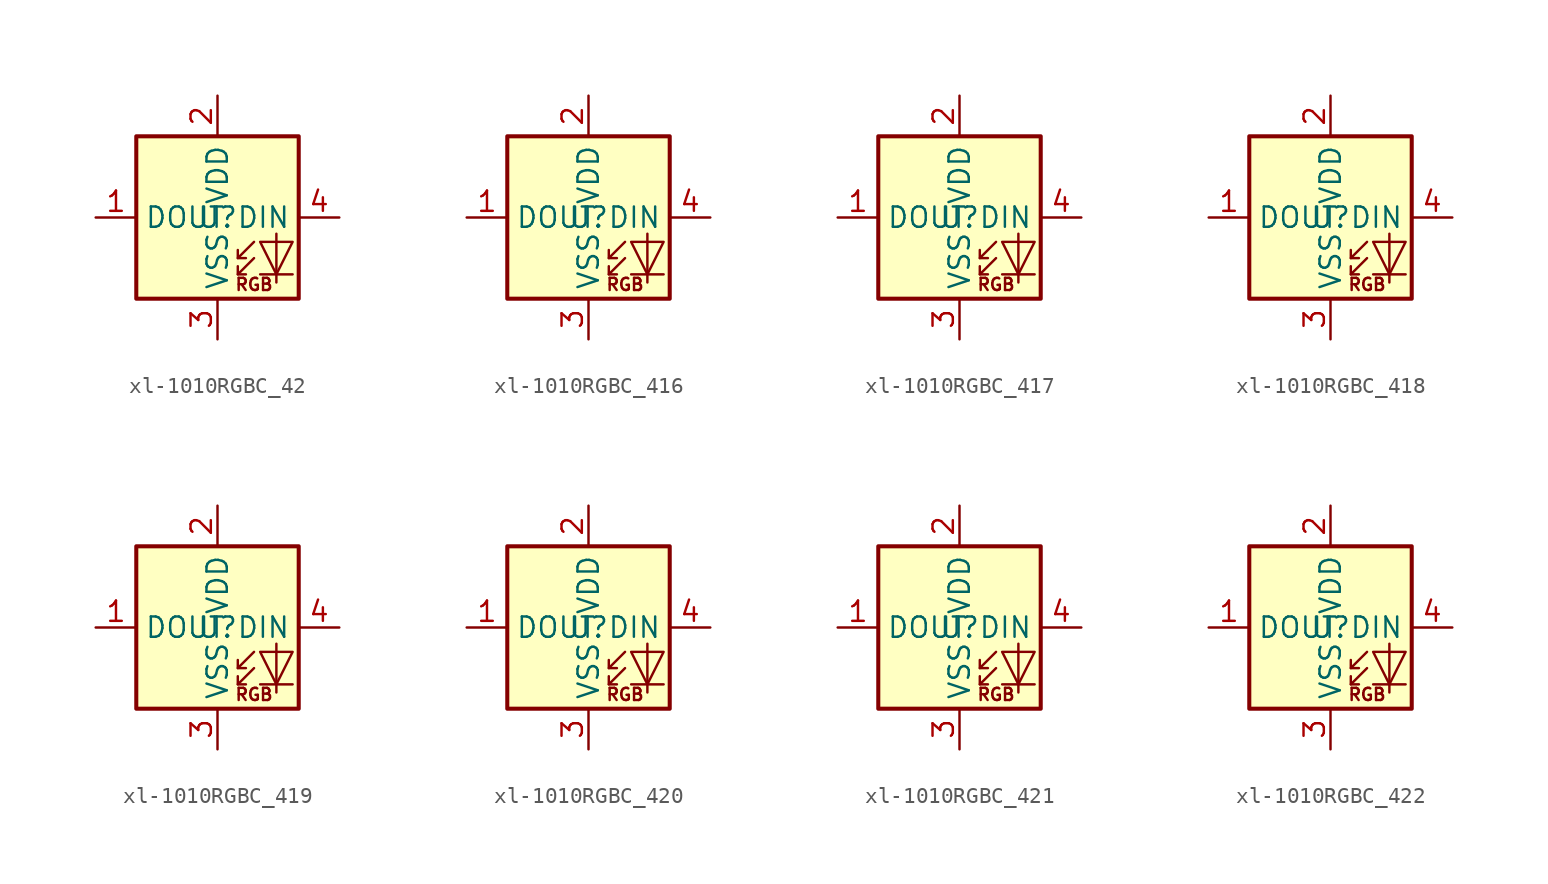
<source format=kicad_sym>
(kicad_symbol_lib
  (version 20231120)
  (generator "kicad_symbol_editor")
  (generator_version "8.0")
  (symbol "xl-1010RGBC_42"
    (property "Reference" "U"
      (at 0 0 0)
      (effects (font (size 1.27 1.27))))
    (property "Value" ""
      (at 0 0 0)
      (effects (font (size 1.27 1.27))))
    (symbol "xl-1010RGBC_42_0_0"
      (text "RGB" (at 2.286 -4.191 0) (effects (font (size 0.762 0.762)))))
    (symbol "xl-1010RGBC_42_0_1"
      (polyline (pts (xy 1.27 -3.556) (xy 1.778 -3.556)) (stroke (width 0) (type default)) (fill (type none)))
      (polyline (pts (xy 1.27 -2.54) (xy 1.778 -2.54)) (stroke (width 0) (type default)) (fill (type none)))
      (polyline (pts (xy 4.699 -3.556) (xy 2.667 -3.556)) (stroke (width 0) (type default)) (fill (type none)))
      (polyline (pts (xy 2.286 -2.54) (xy 1.27 -3.556) (xy 1.27 -3.048)) (stroke (width 0) (type default)) (fill (type none)))
      (polyline (pts (xy 2.286 -1.524) (xy 1.27 -2.54) (xy 1.27 -2.032)) (stroke (width 0) (type default)) (fill (type none)))
      (polyline (pts (xy 3.683 -1.016) (xy 3.683 -3.556) (xy 3.683 -4.064)) (stroke (width 0) (type default)) (fill (type none)))
      (polyline (pts (xy 4.699 -1.524) (xy 2.667 -1.524) (xy 3.683 -3.556) (xy 4.699 -1.524)) (stroke (width 0) (type default)) (fill (type none)))
      (rectangle (start 5.08 5.08) (end -5.08 -5.08) (stroke (width 0.254) (type default)) (fill (type background))))
    (symbol "xl-1010RGBC_42_1_1"
      (pin output line (at -7.62 0 0) (length 2.54) (name "DOUT" (effects (font (size 1.27 1.27)))) (number "1" (effects (font (size 1.27 1.27)))))
      (pin power_in line (at 0 7.62 270) (length 2.54) (name "VDD" (effects (font (size 1.27 1.27)))) (number "2" (effects (font (size 1.27 1.27)))))
      (pin power_in line (at 0 -7.62 90) (length 2.54) (name "VSS" (effects (font (size 1.27 1.27)))) (number "3" (effects (font (size 1.27 1.27)))))
      (pin input line (at 7.62 0 180) (length 2.54) (name "DIN" (effects (font (size 1.27 1.27)))) (number "4" (effects (font (size 1.27 1.27)))))))
  (symbol "xl-1010RGBC_416"
    (property "Reference" "U"
      (at 0 0 0)
      (effects (font (size 1.27 1.27))))
    (property "Value" ""
      (at 0 0 0)
      (effects (font (size 1.27 1.27))))
    (symbol "xl-1010RGBC_416_0_0"
      (text "RGB" (at 2.286 -4.191 0) (effects (font (size 0.762 0.762)))))
    (symbol "xl-1010RGBC_416_0_1"
      (polyline (pts (xy 1.27 -3.556) (xy 1.778 -3.556)) (stroke (width 0) (type default)) (fill (type none)))
      (polyline (pts (xy 1.27 -2.54) (xy 1.778 -2.54)) (stroke (width 0) (type default)) (fill (type none)))
      (polyline (pts (xy 4.699 -3.556) (xy 2.667 -3.556)) (stroke (width 0) (type default)) (fill (type none)))
      (polyline (pts (xy 2.286 -2.54) (xy 1.27 -3.556) (xy 1.27 -3.048)) (stroke (width 0) (type default)) (fill (type none)))
      (polyline (pts (xy 2.286 -1.524) (xy 1.27 -2.54) (xy 1.27 -2.032)) (stroke (width 0) (type default)) (fill (type none)))
      (polyline (pts (xy 3.683 -1.016) (xy 3.683 -3.556) (xy 3.683 -4.064)) (stroke (width 0) (type default)) (fill (type none)))
      (polyline (pts (xy 4.699 -1.524) (xy 2.667 -1.524) (xy 3.683 -3.556) (xy 4.699 -1.524)) (stroke (width 0) (type default)) (fill (type none)))
      (rectangle (start 5.08 5.08) (end -5.08 -5.08) (stroke (width 0.254) (type default)) (fill (type background))))
    (symbol "xl-1010RGBC_416_1_1"
      (pin output line (at -7.62 0 0) (length 2.54) (name "DOUT" (effects (font (size 1.27 1.27)))) (number "1" (effects (font (size 1.27 1.27)))))
      (pin power_in line (at 0 7.62 270) (length 2.54) (name "VDD" (effects (font (size 1.27 1.27)))) (number "2" (effects (font (size 1.27 1.27)))))
      (pin power_in line (at 0 -7.62 90) (length 2.54) (name "VSS" (effects (font (size 1.27 1.27)))) (number "3" (effects (font (size 1.27 1.27)))))
      (pin input line (at 7.62 0 180) (length 2.54) (name "DIN" (effects (font (size 1.27 1.27)))) (number "4" (effects (font (size 1.27 1.27)))))))
  (symbol "xl-1010RGBC_417"
    (property "Reference" "U"
      (at 0 0 0)
      (effects (font (size 1.27 1.27))))
    (property "Value" ""
      (at 0 0 0)
      (effects (font (size 1.27 1.27))))
    (symbol "xl-1010RGBC_417_0_0"
      (text "RGB" (at 2.286 -4.191 0) (effects (font (size 0.762 0.762)))))
    (symbol "xl-1010RGBC_417_0_1"
      (polyline (pts (xy 1.27 -3.556) (xy 1.778 -3.556)) (stroke (width 0) (type default)) (fill (type none)))
      (polyline (pts (xy 1.27 -2.54) (xy 1.778 -2.54)) (stroke (width 0) (type default)) (fill (type none)))
      (polyline (pts (xy 4.699 -3.556) (xy 2.667 -3.556)) (stroke (width 0) (type default)) (fill (type none)))
      (polyline (pts (xy 2.286 -2.54) (xy 1.27 -3.556) (xy 1.27 -3.048)) (stroke (width 0) (type default)) (fill (type none)))
      (polyline (pts (xy 2.286 -1.524) (xy 1.27 -2.54) (xy 1.27 -2.032)) (stroke (width 0) (type default)) (fill (type none)))
      (polyline (pts (xy 3.683 -1.016) (xy 3.683 -3.556) (xy 3.683 -4.064)) (stroke (width 0) (type default)) (fill (type none)))
      (polyline (pts (xy 4.699 -1.524) (xy 2.667 -1.524) (xy 3.683 -3.556) (xy 4.699 -1.524)) (stroke (width 0) (type default)) (fill (type none)))
      (rectangle (start 5.08 5.08) (end -5.08 -5.08) (stroke (width 0.254) (type default)) (fill (type background))))
    (symbol "xl-1010RGBC_417_1_1"
      (pin output line (at -7.62 0 0) (length 2.54) (name "DOUT" (effects (font (size 1.27 1.27)))) (number "1" (effects (font (size 1.27 1.27)))))
      (pin power_in line (at 0 7.62 270) (length 2.54) (name "VDD" (effects (font (size 1.27 1.27)))) (number "2" (effects (font (size 1.27 1.27)))))
      (pin power_in line (at 0 -7.62 90) (length 2.54) (name "VSS" (effects (font (size 1.27 1.27)))) (number "3" (effects (font (size 1.27 1.27)))))
      (pin input line (at 7.62 0 180) (length 2.54) (name "DIN" (effects (font (size 1.27 1.27)))) (number "4" (effects (font (size 1.27 1.27)))))))
  (symbol "xl-1010RGBC_418"
    (property "Reference" "U"
      (at 0 0 0)
      (effects (font (size 1.27 1.27))))
    (property "Value" ""
      (at 0 0 0)
      (effects (font (size 1.27 1.27))))
    (symbol "xl-1010RGBC_418_0_0"
      (text "RGB" (at 2.286 -4.191 0) (effects (font (size 0.762 0.762)))))
    (symbol "xl-1010RGBC_418_0_1"
      (polyline (pts (xy 1.27 -3.556) (xy 1.778 -3.556)) (stroke (width 0) (type default)) (fill (type none)))
      (polyline (pts (xy 1.27 -2.54) (xy 1.778 -2.54)) (stroke (width 0) (type default)) (fill (type none)))
      (polyline (pts (xy 4.699 -3.556) (xy 2.667 -3.556)) (stroke (width 0) (type default)) (fill (type none)))
      (polyline (pts (xy 2.286 -2.54) (xy 1.27 -3.556) (xy 1.27 -3.048)) (stroke (width 0) (type default)) (fill (type none)))
      (polyline (pts (xy 2.286 -1.524) (xy 1.27 -2.54) (xy 1.27 -2.032)) (stroke (width 0) (type default)) (fill (type none)))
      (polyline (pts (xy 3.683 -1.016) (xy 3.683 -3.556) (xy 3.683 -4.064)) (stroke (width 0) (type default)) (fill (type none)))
      (polyline (pts (xy 4.699 -1.524) (xy 2.667 -1.524) (xy 3.683 -3.556) (xy 4.699 -1.524)) (stroke (width 0) (type default)) (fill (type none)))
      (rectangle (start 5.08 5.08) (end -5.08 -5.08) (stroke (width 0.254) (type default)) (fill (type background))))
    (symbol "xl-1010RGBC_418_1_1"
      (pin output line (at -7.62 0 0) (length 2.54) (name "DOUT" (effects (font (size 1.27 1.27)))) (number "1" (effects (font (size 1.27 1.27)))))
      (pin power_in line (at 0 7.62 270) (length 2.54) (name "VDD" (effects (font (size 1.27 1.27)))) (number "2" (effects (font (size 1.27 1.27)))))
      (pin power_in line (at 0 -7.62 90) (length 2.54) (name "VSS" (effects (font (size 1.27 1.27)))) (number "3" (effects (font (size 1.27 1.27)))))
      (pin input line (at 7.62 0 180) (length 2.54) (name "DIN" (effects (font (size 1.27 1.27)))) (number "4" (effects (font (size 1.27 1.27)))))))
  (symbol "xl-1010RGBC_419"
    (property "Reference" "U"
      (at 0 0 0)
      (effects (font (size 1.27 1.27))))
    (property "Value" ""
      (at 0 0 0)
      (effects (font (size 1.27 1.27))))
    (symbol "xl-1010RGBC_419_0_0"
      (text "RGB" (at 2.286 -4.191 0) (effects (font (size 0.762 0.762)))))
    (symbol "xl-1010RGBC_419_0_1"
      (polyline (pts (xy 1.27 -3.556) (xy 1.778 -3.556)) (stroke (width 0) (type default)) (fill (type none)))
      (polyline (pts (xy 1.27 -2.54) (xy 1.778 -2.54)) (stroke (width 0) (type default)) (fill (type none)))
      (polyline (pts (xy 4.699 -3.556) (xy 2.667 -3.556)) (stroke (width 0) (type default)) (fill (type none)))
      (polyline (pts (xy 2.286 -2.54) (xy 1.27 -3.556) (xy 1.27 -3.048)) (stroke (width 0) (type default)) (fill (type none)))
      (polyline (pts (xy 2.286 -1.524) (xy 1.27 -2.54) (xy 1.27 -2.032)) (stroke (width 0) (type default)) (fill (type none)))
      (polyline (pts (xy 3.683 -1.016) (xy 3.683 -3.556) (xy 3.683 -4.064)) (stroke (width 0) (type default)) (fill (type none)))
      (polyline (pts (xy 4.699 -1.524) (xy 2.667 -1.524) (xy 3.683 -3.556) (xy 4.699 -1.524)) (stroke (width 0) (type default)) (fill (type none)))
      (rectangle (start 5.08 5.08) (end -5.08 -5.08) (stroke (width 0.254) (type default)) (fill (type background))))
    (symbol "xl-1010RGBC_419_1_1"
      (pin output line (at -7.62 0 0) (length 2.54) (name "DOUT" (effects (font (size 1.27 1.27)))) (number "1" (effects (font (size 1.27 1.27)))))
      (pin power_in line (at 0 7.62 270) (length 2.54) (name "VDD" (effects (font (size 1.27 1.27)))) (number "2" (effects (font (size 1.27 1.27)))))
      (pin power_in line (at 0 -7.62 90) (length 2.54) (name "VSS" (effects (font (size 1.27 1.27)))) (number "3" (effects (font (size 1.27 1.27)))))
      (pin input line (at 7.62 0 180) (length 2.54) (name "DIN" (effects (font (size 1.27 1.27)))) (number "4" (effects (font (size 1.27 1.27)))))))
  (symbol "xl-1010RGBC_420"
    (property "Reference" "U"
      (at 0 0 0)
      (effects (font (size 1.27 1.27))))
    (property "Value" ""
      (at 0 0 0)
      (effects (font (size 1.27 1.27))))
    (symbol "xl-1010RGBC_420_0_0"
      (text "RGB" (at 2.286 -4.191 0) (effects (font (size 0.762 0.762)))))
    (symbol "xl-1010RGBC_420_0_1"
      (polyline (pts (xy 1.27 -3.556) (xy 1.778 -3.556)) (stroke (width 0) (type default)) (fill (type none)))
      (polyline (pts (xy 1.27 -2.54) (xy 1.778 -2.54)) (stroke (width 0) (type default)) (fill (type none)))
      (polyline (pts (xy 4.699 -3.556) (xy 2.667 -3.556)) (stroke (width 0) (type default)) (fill (type none)))
      (polyline (pts (xy 2.286 -2.54) (xy 1.27 -3.556) (xy 1.27 -3.048)) (stroke (width 0) (type default)) (fill (type none)))
      (polyline (pts (xy 2.286 -1.524) (xy 1.27 -2.54) (xy 1.27 -2.032)) (stroke (width 0) (type default)) (fill (type none)))
      (polyline (pts (xy 3.683 -1.016) (xy 3.683 -3.556) (xy 3.683 -4.064)) (stroke (width 0) (type default)) (fill (type none)))
      (polyline (pts (xy 4.699 -1.524) (xy 2.667 -1.524) (xy 3.683 -3.556) (xy 4.699 -1.524)) (stroke (width 0) (type default)) (fill (type none)))
      (rectangle (start 5.08 5.08) (end -5.08 -5.08) (stroke (width 0.254) (type default)) (fill (type background))))
    (symbol "xl-1010RGBC_420_1_1"
      (pin output line (at -7.62 0 0) (length 2.54) (name "DOUT" (effects (font (size 1.27 1.27)))) (number "1" (effects (font (size 1.27 1.27)))))
      (pin power_in line (at 0 7.62 270) (length 2.54) (name "VDD" (effects (font (size 1.27 1.27)))) (number "2" (effects (font (size 1.27 1.27)))))
      (pin power_in line (at 0 -7.62 90) (length 2.54) (name "VSS" (effects (font (size 1.27 1.27)))) (number "3" (effects (font (size 1.27 1.27)))))
      (pin input line (at 7.62 0 180) (length 2.54) (name "DIN" (effects (font (size 1.27 1.27)))) (number "4" (effects (font (size 1.27 1.27)))))))
  (symbol "xl-1010RGBC_421"
    (property "Reference" "U"
      (at 0 0 0)
      (effects (font (size 1.27 1.27))))
    (property "Value" ""
      (at 0 0 0)
      (effects (font (size 1.27 1.27))))
    (symbol "xl-1010RGBC_421_0_0"
      (text "RGB" (at 2.286 -4.191 0) (effects (font (size 0.762 0.762)))))
    (symbol "xl-1010RGBC_421_0_1"
      (polyline (pts (xy 1.27 -3.556) (xy 1.778 -3.556)) (stroke (width 0) (type default)) (fill (type none)))
      (polyline (pts (xy 1.27 -2.54) (xy 1.778 -2.54)) (stroke (width 0) (type default)) (fill (type none)))
      (polyline (pts (xy 4.699 -3.556) (xy 2.667 -3.556)) (stroke (width 0) (type default)) (fill (type none)))
      (polyline (pts (xy 2.286 -2.54) (xy 1.27 -3.556) (xy 1.27 -3.048)) (stroke (width 0) (type default)) (fill (type none)))
      (polyline (pts (xy 2.286 -1.524) (xy 1.27 -2.54) (xy 1.27 -2.032)) (stroke (width 0) (type default)) (fill (type none)))
      (polyline (pts (xy 3.683 -1.016) (xy 3.683 -3.556) (xy 3.683 -4.064)) (stroke (width 0) (type default)) (fill (type none)))
      (polyline (pts (xy 4.699 -1.524) (xy 2.667 -1.524) (xy 3.683 -3.556) (xy 4.699 -1.524)) (stroke (width 0) (type default)) (fill (type none)))
      (rectangle (start 5.08 5.08) (end -5.08 -5.08) (stroke (width 0.254) (type default)) (fill (type background))))
    (symbol "xl-1010RGBC_421_1_1"
      (pin output line (at -7.62 0 0) (length 2.54) (name "DOUT" (effects (font (size 1.27 1.27)))) (number "1" (effects (font (size 1.27 1.27)))))
      (pin power_in line (at 0 7.62 270) (length 2.54) (name "VDD" (effects (font (size 1.27 1.27)))) (number "2" (effects (font (size 1.27 1.27)))))
      (pin power_in line (at 0 -7.62 90) (length 2.54) (name "VSS" (effects (font (size 1.27 1.27)))) (number "3" (effects (font (size 1.27 1.27)))))
      (pin input line (at 7.62 0 180) (length 2.54) (name "DIN" (effects (font (size 1.27 1.27)))) (number "4" (effects (font (size 1.27 1.27)))))))
  (symbol "xl-1010RGBC_422"
    (property "Reference" "U"
      (at 0 0 0)
      (effects (font (size 1.27 1.27))))
    (property "Value" ""
      (at 0 0 0)
      (effects (font (size 1.27 1.27))))
    (symbol "xl-1010RGBC_422_0_0"
      (text "RGB" (at 2.286 -4.191 0) (effects (font (size 0.762 0.762)))))
    (symbol "xl-1010RGBC_422_0_1"
      (polyline (pts (xy 1.27 -3.556) (xy 1.778 -3.556)) (stroke (width 0) (type default)) (fill (type none)))
      (polyline (pts (xy 1.27 -2.54) (xy 1.778 -2.54)) (stroke (width 0) (type default)) (fill (type none)))
      (polyline (pts (xy 4.699 -3.556) (xy 2.667 -3.556)) (stroke (width 0) (type default)) (fill (type none)))
      (polyline (pts (xy 2.286 -2.54) (xy 1.27 -3.556) (xy 1.27 -3.048)) (stroke (width 0) (type default)) (fill (type none)))
      (polyline (pts (xy 2.286 -1.524) (xy 1.27 -2.54) (xy 1.27 -2.032)) (stroke (width 0) (type default)) (fill (type none)))
      (polyline (pts (xy 3.683 -1.016) (xy 3.683 -3.556) (xy 3.683 -4.064)) (stroke (width 0) (type default)) (fill (type none)))
      (polyline (pts (xy 4.699 -1.524) (xy 2.667 -1.524) (xy 3.683 -3.556) (xy 4.699 -1.524)) (stroke (width 0) (type default)) (fill (type none)))
      (rectangle (start 5.08 5.08) (end -5.08 -5.08) (stroke (width 0.254) (type default)) (fill (type background))))
    (symbol "xl-1010RGBC_422_1_1"
      (pin output line (at -7.62 0 0) (length 2.54) (name "DOUT" (effects (font (size 1.27 1.27)))) (number "1" (effects (font (size 1.27 1.27)))))
      (pin power_in line (at 0 7.62 270) (length 2.54) (name "VDD" (effects (font (size 1.27 1.27)))) (number "2" (effects (font (size 1.27 1.27)))))
      (pin power_in line (at 0 -7.62 90) (length 2.54) (name "VSS" (effects (font (size 1.27 1.27)))) (number "3" (effects (font (size 1.27 1.27)))))
      (pin input line (at 7.62 0 180) (length 2.54) (name "DIN" (effects (font (size 1.27 1.27)))) (number "4" (effects (font (size 1.27 1.27))))))))
</source>
